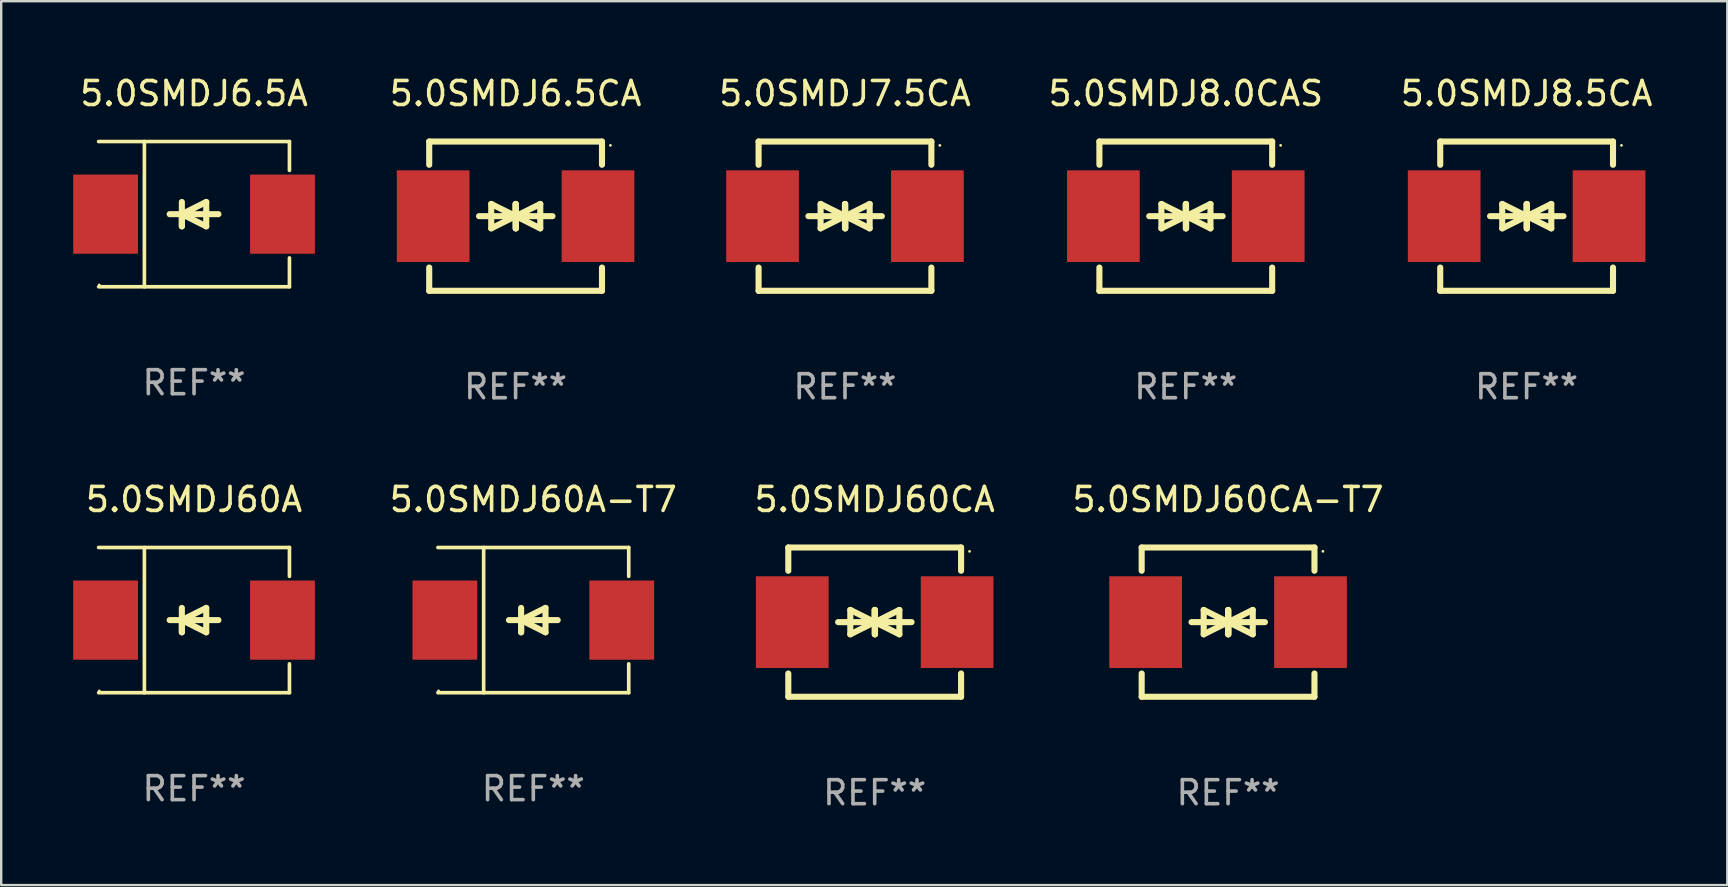
<source format=kicad_pcb>
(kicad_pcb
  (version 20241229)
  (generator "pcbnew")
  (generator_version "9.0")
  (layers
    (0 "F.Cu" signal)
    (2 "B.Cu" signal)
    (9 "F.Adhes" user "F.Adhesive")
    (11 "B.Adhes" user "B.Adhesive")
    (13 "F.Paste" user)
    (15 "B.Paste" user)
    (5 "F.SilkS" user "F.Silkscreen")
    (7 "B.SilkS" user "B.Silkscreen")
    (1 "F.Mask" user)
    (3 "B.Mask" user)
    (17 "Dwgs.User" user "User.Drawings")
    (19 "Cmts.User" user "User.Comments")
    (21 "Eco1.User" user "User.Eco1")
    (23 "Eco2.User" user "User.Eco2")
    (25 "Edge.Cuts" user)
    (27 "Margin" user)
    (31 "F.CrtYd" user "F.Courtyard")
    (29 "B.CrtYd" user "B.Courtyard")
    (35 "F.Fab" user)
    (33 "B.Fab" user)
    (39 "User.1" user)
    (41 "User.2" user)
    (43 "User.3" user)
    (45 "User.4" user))
  (footprint "5.0SMDJ60A"
    (layer "F.Cu")
    (at 5.036 22.791)
    (property "Reference" "5.0SMDJ60A" (at 0 -5.026 0) (layer "F.SilkS") (effects (font (size 1 1) (thickness 0.15))))
    (attr through_hole)
    (fp_line (start -3.976 -3.026) (end 3.976 -3.026) (stroke (width 0.152) (type solid)) (layer "F.SilkS"))
    (fp_line (start -3.976 3.026) (end 3.976 3.026) (stroke (width 0.152) (type solid)) (layer "F.SilkS"))
    (fp_line (start -2.069 -3.026) (end -2.069 3.026) (stroke (width 0.152) (type solid)) (layer "F.SilkS"))
    (fp_line (start -0.508 0) (end -0.508 0.508) (stroke (width 0.254) (type solid)) (layer "F.SilkS"))
    (fp_line (start -0.508 0) (end 0.508 0.508) (stroke (width 0.254) (type solid)) (layer "F.SilkS"))
    (fp_line (start -0.508 0.508) (end -0.508 -0.508) (stroke (width 0.254) (type solid)) (layer "F.SilkS"))
    (fp_line (start 0.508 -0.508) (end -0.508 0) (stroke (width 0.254) (type solid)) (layer "F.SilkS"))
    (fp_line (start 0.508 0.508) (end 0.508 -0.508) (stroke (width 0.254) (type solid)) (layer "F.SilkS"))
    (fp_line (start 1.016 0) (end -1.016 0) (stroke (width 0.254) (type solid)) (layer "F.SilkS"))
    (fp_line (start 3.976 -3.026) (end 3.976 -1.823) (stroke (width 0.152) (type solid)) (layer "F.SilkS"))
    (fp_line (start 3.976 3.026) (end 3.976 1.823) (stroke (width 0.152) (type solid)) (layer "F.SilkS"))
    (fp_circle (center -3.95 2.95) (end -3.92 2.95) (stroke (width 0.06) (type solid)) (fill no) (layer "F.SilkS"))
    (fp_text user "REF**" (at 0 7.026 0) (layer "F.Fab") (effects (font (size 1 1) (thickness 0.15))))
    (pad "1" smd rect (at -3.686 0) (size 2.7 3.3) (layers "F.Cu" "F.Mask" "F.Paste"))
    (pad "2" smd rect (at 3.686 0) (size 2.7 3.3) (layers "F.Cu" "F.Mask" "F.Paste")))
  (footprint "5.0SMDJ60CA"
    (layer "F.Cu")
    (at 33.4 22.875)
    (property "Reference" "5.0SMDJ60CA" (at 0 -5.11 0) (layer "F.SilkS") (effects (font (size 1 1) (thickness 0.15))))
    (attr through_hole)
    (fp_line (start -3.6 -2.141) (end -3.6 -3.11) (stroke (width 0.254) (type solid)) (layer "F.SilkS"))
    (fp_line (start -3.6 3.11) (end -3.6 2.141) (stroke (width 0.254) (type solid)) (layer "F.SilkS"))
    (fp_line (start -1.524 0) (end 0.508 0) (stroke (width 0.254) (type solid)) (layer "F.SilkS"))
    (fp_line (start -1.016 -0.508) (end -1.016 0.508) (stroke (width 0.254) (type solid)) (layer "F.SilkS"))
    (fp_line (start -1.016 0.508) (end 0 0) (stroke (width 0.254) (type solid)) (layer "F.SilkS"))
    (fp_line (start 0 -0.508) (end 0 0.508) (stroke (width 0.254) (type solid)) (layer "F.SilkS"))
    (fp_line (start 0 0) (end -1.016 -0.508) (stroke (width 0.254) (type solid)) (layer "F.SilkS"))
    (fp_line (start 0 0) (end 0 -0.508) (stroke (width 0.254) (type solid)) (layer "F.SilkS"))
    (fp_line (start 0.012 0) (end 0.012 0.508) (stroke (width 0.254) (type solid)) (layer "F.SilkS"))
    (fp_line (start 0.012 0) (end 1.028 0.508) (stroke (width 0.254) (type solid)) (layer "F.SilkS"))
    (fp_line (start 0.012 0.508) (end 0.012 -0.508) (stroke (width 0.254) (type solid)) (layer "F.SilkS"))
    (fp_line (start 1.028 -0.508) (end 0.012 0) (stroke (width 0.254) (type solid)) (layer "F.SilkS"))
    (fp_line (start 1.028 0.508) (end 1.028 -0.508) (stroke (width 0.254) (type solid)) (layer "F.SilkS"))
    (fp_line (start 1.536 0) (end -0.496 0) (stroke (width 0.254) (type solid)) (layer "F.SilkS"))
    (fp_line (start 3.6 -3.11) (end -3.6 -3.11) (stroke (width 0.254) (type solid)) (layer "F.SilkS"))
    (fp_line (start 3.6 -2.141) (end 3.6 -3.11) (stroke (width 0.254) (type solid)) (layer "F.SilkS"))
    (fp_line (start 3.6 3.11) (end -3.6 3.11) (stroke (width 0.254) (type solid)) (layer "F.SilkS"))
    (fp_line (start 3.6 3.11) (end 3.6 2.141) (stroke (width 0.254) (type solid)) (layer "F.SilkS"))
    (fp_circle (center 3.952 -2.95) (end 3.982 -2.95) (stroke (width 0.06) (type solid)) (fill no) (layer "F.SilkS"))
    (fp_text user "REF**" (at 0 7.11 0) (layer "F.Fab") (effects (font (size 1 1) (thickness 0.15))))
    (pad "1" smd rect (at 3.435 0) (size 3.03 3.82) (layers "F.Cu" "F.Mask" "F.Paste"))
    (pad "2" smd rect (at -3.435 0) (size 3.03 3.82) (layers "F.Cu" "F.Mask" "F.Paste")))
  (footprint "5.0SMDJ6.5A"
    (layer "F.Cu")
    (at 5.036 5.874)
    (property "Reference" "5.0SMDJ6.5A" (at 0 -5.026 0) (layer "F.SilkS") (effects (font (size 1 1) (thickness 0.15))))
    (attr through_hole)
    (fp_line (start -3.976 -3.026) (end 3.976 -3.026) (stroke (width 0.152) (type solid)) (layer "F.SilkS"))
    (fp_line (start -3.976 3.026) (end 3.976 3.026) (stroke (width 0.152) (type solid)) (layer "F.SilkS"))
    (fp_line (start -2.069 -3.026) (end -2.069 3.026) (stroke (width 0.152) (type solid)) (layer "F.SilkS"))
    (fp_line (start -0.508 0) (end -0.508 0.508) (stroke (width 0.254) (type solid)) (layer "F.SilkS"))
    (fp_line (start -0.508 0) (end 0.508 0.508) (stroke (width 0.254) (type solid)) (layer "F.SilkS"))
    (fp_line (start -0.508 0.508) (end -0.508 -0.508) (stroke (width 0.254) (type solid)) (layer "F.SilkS"))
    (fp_line (start 0.508 -0.508) (end -0.508 0) (stroke (width 0.254) (type solid)) (layer "F.SilkS"))
    (fp_line (start 0.508 0.508) (end 0.508 -0.508) (stroke (width 0.254) (type solid)) (layer "F.SilkS"))
    (fp_line (start 1.016 0) (end -1.016 0) (stroke (width 0.254) (type solid)) (layer "F.SilkS"))
    (fp_line (start 3.976 -3.026) (end 3.976 -1.823) (stroke (width 0.152) (type solid)) (layer "F.SilkS"))
    (fp_line (start 3.976 3.026) (end 3.976 1.823) (stroke (width 0.152) (type solid)) (layer "F.SilkS"))
    (fp_circle (center -3.95 2.95) (end -3.92 2.95) (stroke (width 0.06) (type solid)) (fill no) (layer "F.SilkS"))
    (fp_text user "REF**" (at 0 7.026 0) (layer "F.Fab") (effects (font (size 1 1) (thickness 0.15))))
    (pad "1" smd rect (at -3.686 0) (size 2.7 3.3) (layers "F.Cu" "F.Mask" "F.Paste"))
    (pad "2" smd rect (at 3.686 0) (size 2.7 3.3) (layers "F.Cu" "F.Mask" "F.Paste")))
  (footprint "5.0SMDJ8.0CAS"
    (layer "F.Cu")
    (at 46.364 5.958)
    (property "Reference" "5.0SMDJ8.0CAS" (at 0 -5.11 0) (layer "F.SilkS") (effects (font (size 1 1) (thickness 0.15))))
    (attr through_hole)
    (fp_line (start -3.6 -2.141) (end -3.6 -3.11) (stroke (width 0.254) (type solid)) (layer "F.SilkS"))
    (fp_line (start -3.6 3.11) (end -3.6 2.141) (stroke (width 0.254) (type solid)) (layer "F.SilkS"))
    (fp_line (start -1.524 0) (end 0.508 0) (stroke (width 0.254) (type solid)) (layer "F.SilkS"))
    (fp_line (start -1.016 -0.508) (end -1.016 0.508) (stroke (width 0.254) (type solid)) (layer "F.SilkS"))
    (fp_line (start -1.016 0.508) (end 0 0) (stroke (width 0.254) (type solid)) (layer "F.SilkS"))
    (fp_line (start 0 -0.508) (end 0 0.508) (stroke (width 0.254) (type solid)) (layer "F.SilkS"))
    (fp_line (start 0 0) (end -1.016 -0.508) (stroke (width 0.254) (type solid)) (layer "F.SilkS"))
    (fp_line (start 0 0) (end 0 -0.508) (stroke (width 0.254) (type solid)) (layer "F.SilkS"))
    (fp_line (start 0.012 0) (end 0.012 0.508) (stroke (width 0.254) (type solid)) (layer "F.SilkS"))
    (fp_line (start 0.012 0) (end 1.028 0.508) (stroke (width 0.254) (type solid)) (layer "F.SilkS"))
    (fp_line (start 0.012 0.508) (end 0.012 -0.508) (stroke (width 0.254) (type solid)) (layer "F.SilkS"))
    (fp_line (start 1.028 -0.508) (end 0.012 0) (stroke (width 0.254) (type solid)) (layer "F.SilkS"))
    (fp_line (start 1.028 0.508) (end 1.028 -0.508) (stroke (width 0.254) (type solid)) (layer "F.SilkS"))
    (fp_line (start 1.536 0) (end -0.496 0) (stroke (width 0.254) (type solid)) (layer "F.SilkS"))
    (fp_line (start 3.6 -3.11) (end -3.6 -3.11) (stroke (width 0.254) (type solid)) (layer "F.SilkS"))
    (fp_line (start 3.6 -2.141) (end 3.6 -3.11) (stroke (width 0.254) (type solid)) (layer "F.SilkS"))
    (fp_line (start 3.6 3.11) (end -3.6 3.11) (stroke (width 0.254) (type solid)) (layer "F.SilkS"))
    (fp_line (start 3.6 3.11) (end 3.6 2.141) (stroke (width 0.254) (type solid)) (layer "F.SilkS"))
    (fp_circle (center 3.952 -2.95) (end 3.982 -2.95) (stroke (width 0.06) (type solid)) (fill no) (layer "F.SilkS"))
    (fp_text user "REF**" (at 0 7.11 0) (layer "F.Fab") (effects (font (size 1 1) (thickness 0.15))))
    (pad "1" smd rect (at 3.435 0) (size 3.03 3.82) (layers "F.Cu" "F.Mask" "F.Paste"))
    (pad "2" smd rect (at -3.435 0) (size 3.03 3.82) (layers "F.Cu" "F.Mask" "F.Paste")))
  (footprint "5.0SMDJ7.5CA"
    (layer "F.Cu")
    (at 32.162 5.958)
    (property "Reference" "5.0SMDJ7.5CA" (at 0 -5.11 0) (layer "F.SilkS") (effects (font (size 1 1) (thickness 0.15))))
    (attr through_hole)
    (fp_line (start -3.6 -2.141) (end -3.6 -3.11) (stroke (width 0.254) (type solid)) (layer "F.SilkS"))
    (fp_line (start -3.6 3.11) (end -3.6 2.141) (stroke (width 0.254) (type solid)) (layer "F.SilkS"))
    (fp_line (start -1.524 0) (end 0.508 0) (stroke (width 0.254) (type solid)) (layer "F.SilkS"))
    (fp_line (start -1.016 -0.508) (end -1.016 0.508) (stroke (width 0.254) (type solid)) (layer "F.SilkS"))
    (fp_line (start -1.016 0.508) (end 0 0) (stroke (width 0.254) (type solid)) (layer "F.SilkS"))
    (fp_line (start 0 -0.508) (end 0 0.508) (stroke (width 0.254) (type solid)) (layer "F.SilkS"))
    (fp_line (start 0 0) (end -1.016 -0.508) (stroke (width 0.254) (type solid)) (layer "F.SilkS"))
    (fp_line (start 0 0) (end 0 -0.508) (stroke (width 0.254) (type solid)) (layer "F.SilkS"))
    (fp_line (start 0.012 0) (end 0.012 0.508) (stroke (width 0.254) (type solid)) (layer "F.SilkS"))
    (fp_line (start 0.012 0) (end 1.028 0.508) (stroke (width 0.254) (type solid)) (layer "F.SilkS"))
    (fp_line (start 0.012 0.508) (end 0.012 -0.508) (stroke (width 0.254) (type solid)) (layer "F.SilkS"))
    (fp_line (start 1.028 -0.508) (end 0.012 0) (stroke (width 0.254) (type solid)) (layer "F.SilkS"))
    (fp_line (start 1.028 0.508) (end 1.028 -0.508) (stroke (width 0.254) (type solid)) (layer "F.SilkS"))
    (fp_line (start 1.536 0) (end -0.496 0) (stroke (width 0.254) (type solid)) (layer "F.SilkS"))
    (fp_line (start 3.6 -3.11) (end -3.6 -3.11) (stroke (width 0.254) (type solid)) (layer "F.SilkS"))
    (fp_line (start 3.6 -2.141) (end 3.6 -3.11) (stroke (width 0.254) (type solid)) (layer "F.SilkS"))
    (fp_line (start 3.6 3.11) (end -3.6 3.11) (stroke (width 0.254) (type solid)) (layer "F.SilkS"))
    (fp_line (start 3.6 3.11) (end 3.6 2.141) (stroke (width 0.254) (type solid)) (layer "F.SilkS"))
    (fp_circle (center 3.952 -2.95) (end 3.982 -2.95) (stroke (width 0.06) (type solid)) (fill no) (layer "F.SilkS"))
    (fp_text user "REF**" (at 0 7.11 0) (layer "F.Fab") (effects (font (size 1 1) (thickness 0.15))))
    (pad "1" smd rect (at 3.435 0) (size 3.03 3.82) (layers "F.Cu" "F.Mask" "F.Paste"))
    (pad "2" smd rect (at -3.435 0) (size 3.03 3.82) (layers "F.Cu" "F.Mask" "F.Paste")))
  (footprint "5.0SMDJ8.5CA"
    (layer "F.Cu")
    (at 60.567 5.958)
    (property "Reference" "5.0SMDJ8.5CA" (at 0 -5.11 0) (layer "F.SilkS") (effects (font (size 1 1) (thickness 0.15))))
    (attr through_hole)
    (fp_line (start -3.6 -2.141) (end -3.6 -3.11) (stroke (width 0.254) (type solid)) (layer "F.SilkS"))
    (fp_line (start -3.6 3.11) (end -3.6 2.141) (stroke (width 0.254) (type solid)) (layer "F.SilkS"))
    (fp_line (start -1.524 0) (end 0.508 0) (stroke (width 0.254) (type solid)) (layer "F.SilkS"))
    (fp_line (start -1.016 -0.508) (end -1.016 0.508) (stroke (width 0.254) (type solid)) (layer "F.SilkS"))
    (fp_line (start -1.016 0.508) (end 0 0) (stroke (width 0.254) (type solid)) (layer "F.SilkS"))
    (fp_line (start 0 -0.508) (end 0 0.508) (stroke (width 0.254) (type solid)) (layer "F.SilkS"))
    (fp_line (start 0 0) (end -1.016 -0.508) (stroke (width 0.254) (type solid)) (layer "F.SilkS"))
    (fp_line (start 0 0) (end 0 -0.508) (stroke (width 0.254) (type solid)) (layer "F.SilkS"))
    (fp_line (start 0.012 0) (end 0.012 0.508) (stroke (width 0.254) (type solid)) (layer "F.SilkS"))
    (fp_line (start 0.012 0) (end 1.028 0.508) (stroke (width 0.254) (type solid)) (layer "F.SilkS"))
    (fp_line (start 0.012 0.508) (end 0.012 -0.508) (stroke (width 0.254) (type solid)) (layer "F.SilkS"))
    (fp_line (start 1.028 -0.508) (end 0.012 0) (stroke (width 0.254) (type solid)) (layer "F.SilkS"))
    (fp_line (start 1.028 0.508) (end 1.028 -0.508) (stroke (width 0.254) (type solid)) (layer "F.SilkS"))
    (fp_line (start 1.536 0) (end -0.496 0) (stroke (width 0.254) (type solid)) (layer "F.SilkS"))
    (fp_line (start 3.6 -3.11) (end -3.6 -3.11) (stroke (width 0.254) (type solid)) (layer "F.SilkS"))
    (fp_line (start 3.6 -2.141) (end 3.6 -3.11) (stroke (width 0.254) (type solid)) (layer "F.SilkS"))
    (fp_line (start 3.6 3.11) (end -3.6 3.11) (stroke (width 0.254) (type solid)) (layer "F.SilkS"))
    (fp_line (start 3.6 3.11) (end 3.6 2.141) (stroke (width 0.254) (type solid)) (layer "F.SilkS"))
    (fp_circle (center 3.952 -2.95) (end 3.982 -2.95) (stroke (width 0.06) (type solid)) (fill no) (layer "F.SilkS"))
    (fp_text user "REF**" (at 0 7.11 0) (layer "F.Fab") (effects (font (size 1 1) (thickness 0.15))))
    (pad "1" smd rect (at 3.435 0) (size 3.03 3.82) (layers "F.Cu" "F.Mask" "F.Paste"))
    (pad "2" smd rect (at -3.435 0) (size 3.03 3.82) (layers "F.Cu" "F.Mask" "F.Paste")))
  (footprint "5.0SMDJ6.5CA"
    (layer "F.Cu")
    (at 18.436 5.958)
    (property "Reference" "5.0SMDJ6.5CA" (at 0 -5.11 0) (layer "F.SilkS") (effects (font (size 1 1) (thickness 0.15))))
    (attr through_hole)
    (fp_line (start -3.6 -2.141) (end -3.6 -3.11) (stroke (width 0.254) (type solid)) (layer "F.SilkS"))
    (fp_line (start -3.6 3.11) (end -3.6 2.141) (stroke (width 0.254) (type solid)) (layer "F.SilkS"))
    (fp_line (start -1.524 0) (end 0.508 0) (stroke (width 0.254) (type solid)) (layer "F.SilkS"))
    (fp_line (start -1.016 -0.508) (end -1.016 0.508) (stroke (width 0.254) (type solid)) (layer "F.SilkS"))
    (fp_line (start -1.016 0.508) (end 0 0) (stroke (width 0.254) (type solid)) (layer "F.SilkS"))
    (fp_line (start 0 -0.508) (end 0 0.508) (stroke (width 0.254) (type solid)) (layer "F.SilkS"))
    (fp_line (start 0 0) (end -1.016 -0.508) (stroke (width 0.254) (type solid)) (layer "F.SilkS"))
    (fp_line (start 0 0) (end 0 -0.508) (stroke (width 0.254) (type solid)) (layer "F.SilkS"))
    (fp_line (start 0.012 0) (end 0.012 0.508) (stroke (width 0.254) (type solid)) (layer "F.SilkS"))
    (fp_line (start 0.012 0) (end 1.028 0.508) (stroke (width 0.254) (type solid)) (layer "F.SilkS"))
    (fp_line (start 0.012 0.508) (end 0.012 -0.508) (stroke (width 0.254) (type solid)) (layer "F.SilkS"))
    (fp_line (start 1.028 -0.508) (end 0.012 0) (stroke (width 0.254) (type solid)) (layer "F.SilkS"))
    (fp_line (start 1.028 0.508) (end 1.028 -0.508) (stroke (width 0.254) (type solid)) (layer "F.SilkS"))
    (fp_line (start 1.536 0) (end -0.496 0) (stroke (width 0.254) (type solid)) (layer "F.SilkS"))
    (fp_line (start 3.6 -3.11) (end -3.6 -3.11) (stroke (width 0.254) (type solid)) (layer "F.SilkS"))
    (fp_line (start 3.6 -2.141) (end 3.6 -3.11) (stroke (width 0.254) (type solid)) (layer "F.SilkS"))
    (fp_line (start 3.6 3.11) (end -3.6 3.11) (stroke (width 0.254) (type solid)) (layer "F.SilkS"))
    (fp_line (start 3.6 3.11) (end 3.6 2.141) (stroke (width 0.254) (type solid)) (layer "F.SilkS"))
    (fp_circle (center 3.952 -2.95) (end 3.982 -2.95) (stroke (width 0.06) (type solid)) (fill no) (layer "F.SilkS"))
    (fp_text user "REF**" (at 0 7.11 0) (layer "F.Fab") (effects (font (size 1 1) (thickness 0.15))))
    (pad "1" smd rect (at 3.435 0) (size 3.03 3.82) (layers "F.Cu" "F.Mask" "F.Paste"))
    (pad "2" smd rect (at -3.435 0) (size 3.03 3.82) (layers "F.Cu" "F.Mask" "F.Paste")))
  (footprint "5.0SMDJ60CA-T7"
    (layer "F.Cu")
    (at 48.126 22.875)
    (property "Reference" "5.0SMDJ60CA-T7" (at 0 -5.11 0) (layer "F.SilkS") (effects (font (size 1 1) (thickness 0.15))))
    (attr through_hole)
    (fp_line (start -3.6 -2.141) (end -3.6 -3.11) (stroke (width 0.254) (type solid)) (layer "F.SilkS"))
    (fp_line (start -3.6 3.11) (end -3.6 2.141) (stroke (width 0.254) (type solid)) (layer "F.SilkS"))
    (fp_line (start -1.524 0) (end 0.508 0) (stroke (width 0.254) (type solid)) (layer "F.SilkS"))
    (fp_line (start -1.016 -0.508) (end -1.016 0.508) (stroke (width 0.254) (type solid)) (layer "F.SilkS"))
    (fp_line (start -1.016 0.508) (end 0 0) (stroke (width 0.254) (type solid)) (layer "F.SilkS"))
    (fp_line (start 0 -0.508) (end 0 0.508) (stroke (width 0.254) (type solid)) (layer "F.SilkS"))
    (fp_line (start 0 0) (end -1.016 -0.508) (stroke (width 0.254) (type solid)) (layer "F.SilkS"))
    (fp_line (start 0 0) (end 0 -0.508) (stroke (width 0.254) (type solid)) (layer "F.SilkS"))
    (fp_line (start 0.012 0) (end 0.012 0.508) (stroke (width 0.254) (type solid)) (layer "F.SilkS"))
    (fp_line (start 0.012 0) (end 1.028 0.508) (stroke (width 0.254) (type solid)) (layer "F.SilkS"))
    (fp_line (start 0.012 0.508) (end 0.012 -0.508) (stroke (width 0.254) (type solid)) (layer "F.SilkS"))
    (fp_line (start 1.028 -0.508) (end 0.012 0) (stroke (width 0.254) (type solid)) (layer "F.SilkS"))
    (fp_line (start 1.028 0.508) (end 1.028 -0.508) (stroke (width 0.254) (type solid)) (layer "F.SilkS"))
    (fp_line (start 1.536 0) (end -0.496 0) (stroke (width 0.254) (type solid)) (layer "F.SilkS"))
    (fp_line (start 3.6 -3.11) (end -3.6 -3.11) (stroke (width 0.254) (type solid)) (layer "F.SilkS"))
    (fp_line (start 3.6 -2.141) (end 3.6 -3.11) (stroke (width 0.254) (type solid)) (layer "F.SilkS"))
    (fp_line (start 3.6 3.11) (end -3.6 3.11) (stroke (width 0.254) (type solid)) (layer "F.SilkS"))
    (fp_line (start 3.6 3.11) (end 3.6 2.141) (stroke (width 0.254) (type solid)) (layer "F.SilkS"))
    (fp_circle (center 3.952 -2.95) (end 3.982 -2.95) (stroke (width 0.06) (type solid)) (fill no) (layer "F.SilkS"))
    (fp_text user "REF**" (at 0 7.11 0) (layer "F.Fab") (effects (font (size 1 1) (thickness 0.15))))
    (pad "1" smd rect (at 3.435 0) (size 3.03 3.82) (layers "F.Cu" "F.Mask" "F.Paste"))
    (pad "2" smd rect (at -3.435 0) (size 3.03 3.82) (layers "F.Cu" "F.Mask" "F.Paste")))
  (footprint "5.0SMDJ60A-T7"
    (layer "F.Cu")
    (at 19.174 22.791)
    (property "Reference" "5.0SMDJ60A-T7" (at 0 -5.026 0) (layer "F.SilkS") (effects (font (size 1 1) (thickness 0.15))))
    (attr through_hole)
    (fp_line (start -3.976 -3.026) (end 3.976 -3.026) (stroke (width 0.152) (type solid)) (layer "F.SilkS"))
    (fp_line (start -3.976 3.026) (end 3.976 3.026) (stroke (width 0.152) (type solid)) (layer "F.SilkS"))
    (fp_line (start -2.069 -3.026) (end -2.069 3.026) (stroke (width 0.152) (type solid)) (layer "F.SilkS"))
    (fp_line (start -0.508 0) (end -0.508 0.508) (stroke (width 0.254) (type solid)) (layer "F.SilkS"))
    (fp_line (start -0.508 0) (end 0.508 0.508) (stroke (width 0.254) (type solid)) (layer "F.SilkS"))
    (fp_line (start -0.508 0.508) (end -0.508 -0.508) (stroke (width 0.254) (type solid)) (layer "F.SilkS"))
    (fp_line (start 0.508 -0.508) (end -0.508 0) (stroke (width 0.254) (type solid)) (layer "F.SilkS"))
    (fp_line (start 0.508 0.508) (end 0.508 -0.508) (stroke (width 0.254) (type solid)) (layer "F.SilkS"))
    (fp_line (start 1.016 0) (end -1.016 0) (stroke (width 0.254) (type solid)) (layer "F.SilkS"))
    (fp_line (start 3.976 -3.026) (end 3.976 -1.823) (stroke (width 0.152) (type solid)) (layer "F.SilkS"))
    (fp_line (start 3.976 3.026) (end 3.976 1.823) (stroke (width 0.152) (type solid)) (layer "F.SilkS"))
    (fp_circle (center -3.95 2.95) (end -3.92 2.95) (stroke (width 0.06) (type solid)) (fill no) (layer "F.SilkS"))
    (fp_text user "REF**" (at 0 7.026 0) (layer "F.Fab") (effects (font (size 1 1) (thickness 0.15))))
    (pad "1" smd rect (at -3.686 0) (size 2.7 3.3) (layers "F.Cu" "F.Mask" "F.Paste"))
    (pad "2" smd rect (at 3.686 0) (size 2.7 3.3) (layers "F.Cu" "F.Mask" "F.Paste")))
  (gr_rect
    (start -3 -3)
    (end 68.93 33.833)
    (stroke (width 0.1) (type default))
    (fill no)
    (layer "Edge.Cuts")))
</source>
